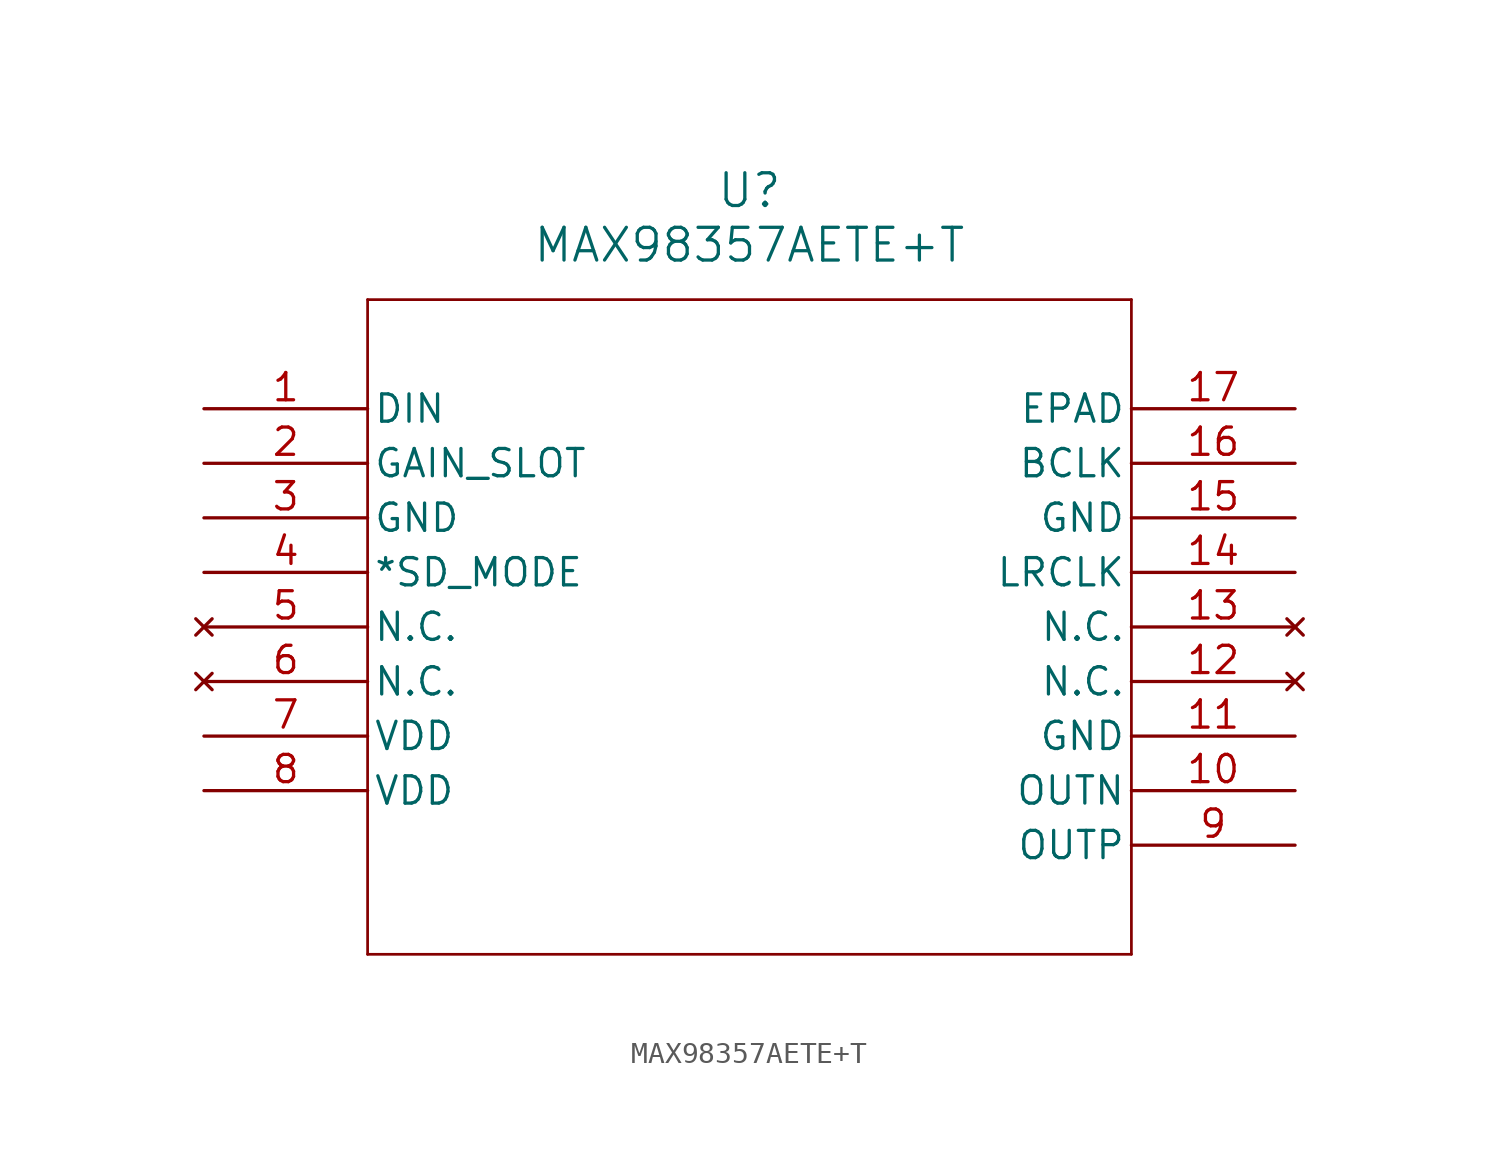
<source format=kicad_sym>
(kicad_symbol_lib
  (version 20211014)
  (generator kicad_symbol_editor)
  (symbol "MAX98357AETE+T"
    (pin_names
      (offset 0.254))
    (property "Reference" "U"
      (at 25.4 10.16 0)
      (effects (font (size 1.524 1.524))))
    (property "Value" "MAX98357AETE+T"
      (at 25.4 7.62 0)
      (effects (font (size 1.524 1.524))))
    (symbol "MAX98357AETE+T_0_1"
      (polyline (pts (xy 7.62 5.08) (xy 7.62 -25.4)) (stroke (width 0.127) (type default) (color 0 0 0 0)) (fill (type none)))
      (polyline (pts (xy 7.62 -25.4) (xy 43.18 -25.4)) (stroke (width 0.127) (type default) (color 0 0 0 0)) (fill (type none)))
      (polyline (pts (xy 43.18 -25.4) (xy 43.18 5.08)) (stroke (width 0.127) (type default) (color 0 0 0 0)) (fill (type none)))
      (polyline (pts (xy 43.18 5.08) (xy 7.62 5.08)) (stroke (width 0.127) (type default) (color 0 0 0 0)) (fill (type none)))
      (pin unspecified line (at 0 0 0) (length 7.62) (name "DIN" (effects (font (size 1.27 1.27)))) (number "1" (effects (font (size 1.27 1.27)))))
      (pin unspecified line (at 0 -2.54 0) (length 7.62) (name "GAIN_SLOT" (effects (font (size 1.27 1.27)))) (number "2" (effects (font (size 1.27 1.27)))))
      (pin power_out line (at 0 -5.08 0) (length 7.62) (name "GND" (effects (font (size 1.27 1.27)))) (number "3" (effects (font (size 1.27 1.27)))))
      (pin unspecified line (at 0 -7.62 0) (length 7.62) (name "*SD_MODE" (effects (font (size 1.27 1.27)))) (number "4" (effects (font (size 1.27 1.27)))))
      (pin no_connect line (at 0 -10.16 0) (length 7.62) (name "N.C." (effects (font (size 1.27 1.27)))) (number "5" (effects (font (size 1.27 1.27)))))
      (pin no_connect line (at 0 -12.7 0) (length 7.62) (name "N.C." (effects (font (size 1.27 1.27)))) (number "6" (effects (font (size 1.27 1.27)))))
      (pin power_in line (at 0 -15.24 0) (length 7.62) (name "VDD" (effects (font (size 1.27 1.27)))) (number "7" (effects (font (size 1.27 1.27)))))
      (pin power_in line (at 0 -17.78 0) (length 7.62) (name "VDD" (effects (font (size 1.27 1.27)))) (number "8" (effects (font (size 1.27 1.27)))))
      (pin output line (at 50.8 -20.32 180) (length 7.62) (name "OUTP" (effects (font (size 1.27 1.27)))) (number "9" (effects (font (size 1.27 1.27)))))
      (pin output line (at 50.8 -17.78 180) (length 7.62) (name "OUTN" (effects (font (size 1.27 1.27)))) (number "10" (effects (font (size 1.27 1.27)))))
      (pin power_out line (at 50.8 -15.24 180) (length 7.62) (name "GND" (effects (font (size 1.27 1.27)))) (number "11" (effects (font (size 1.27 1.27)))))
      (pin no_connect line (at 50.8 -12.7 180) (length 7.62) (name "N.C." (effects (font (size 1.27 1.27)))) (number "12" (effects (font (size 1.27 1.27)))))
      (pin no_connect line (at 50.8 -10.16 180) (length 7.62) (name "N.C." (effects (font (size 1.27 1.27)))) (number "13" (effects (font (size 1.27 1.27)))))
      (pin unspecified line (at 50.8 -7.62 180) (length 7.62) (name "LRCLK" (effects (font (size 1.27 1.27)))) (number "14" (effects (font (size 1.27 1.27)))))
      (pin power_out line (at 50.8 -5.08 180) (length 7.62) (name "GND" (effects (font (size 1.27 1.27)))) (number "15" (effects (font (size 1.27 1.27)))))
      (pin unspecified line (at 50.8 -2.54 180) (length 7.62) (name "BCLK" (effects (font (size 1.27 1.27)))) (number "16" (effects (font (size 1.27 1.27)))))
      (pin unspecified line (at 50.8 0 180) (length 7.62) (name "EPAD" (effects (font (size 1.27 1.27)))) (number "17" (effects (font (size 1.27 1.27))))))))
</source>
